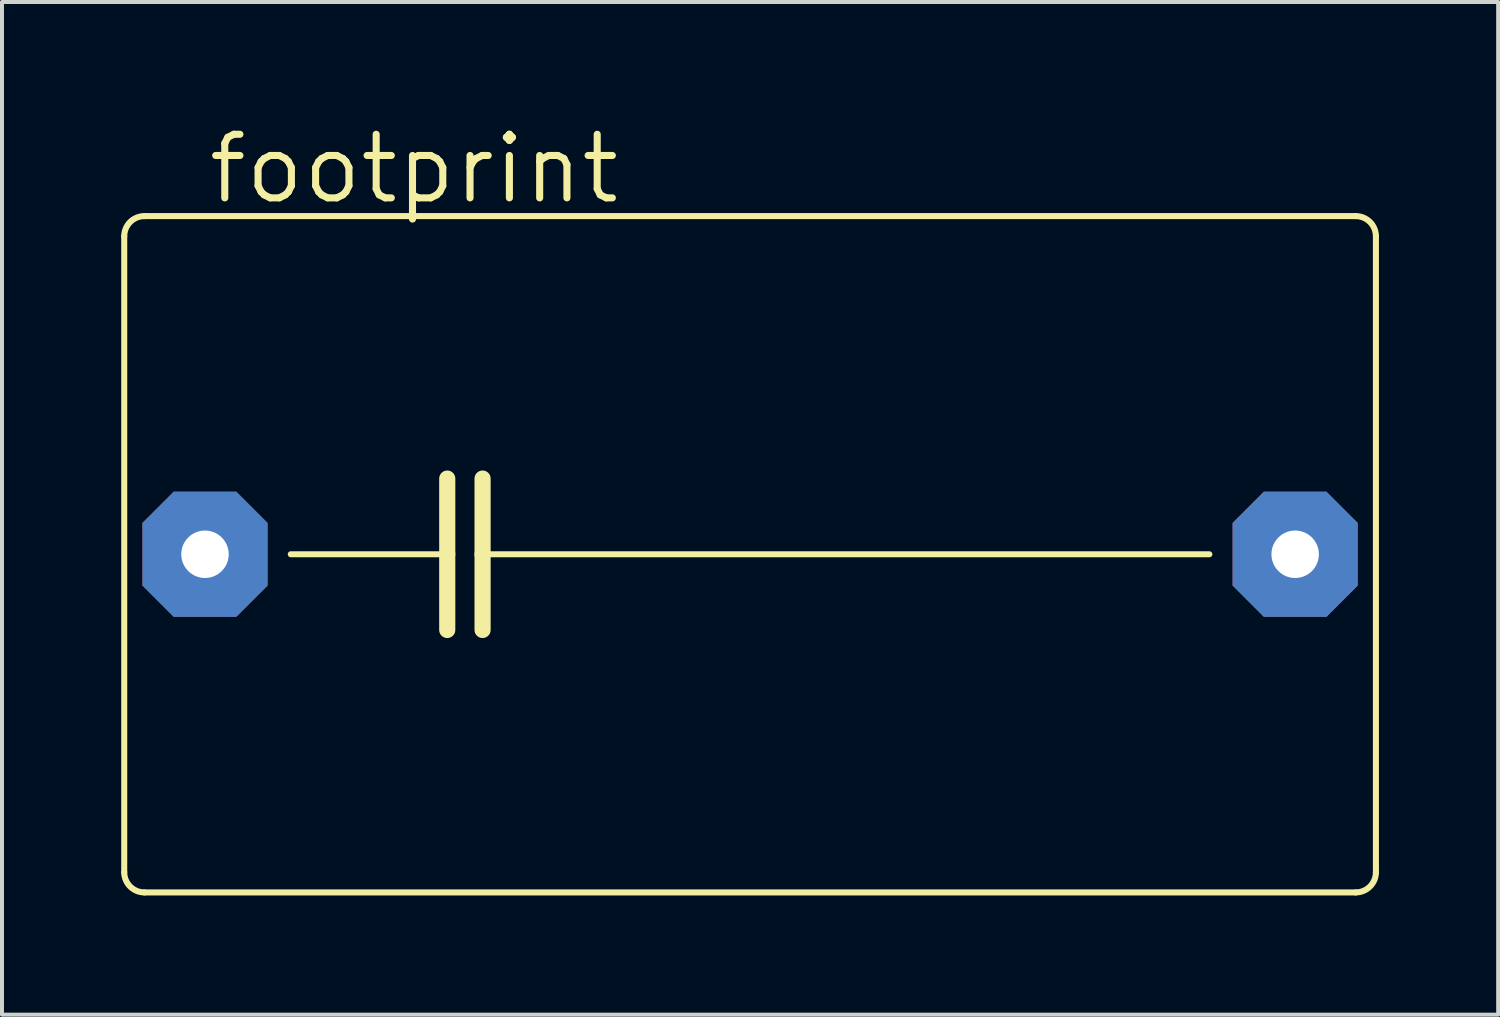
<source format=kicad_pcb>
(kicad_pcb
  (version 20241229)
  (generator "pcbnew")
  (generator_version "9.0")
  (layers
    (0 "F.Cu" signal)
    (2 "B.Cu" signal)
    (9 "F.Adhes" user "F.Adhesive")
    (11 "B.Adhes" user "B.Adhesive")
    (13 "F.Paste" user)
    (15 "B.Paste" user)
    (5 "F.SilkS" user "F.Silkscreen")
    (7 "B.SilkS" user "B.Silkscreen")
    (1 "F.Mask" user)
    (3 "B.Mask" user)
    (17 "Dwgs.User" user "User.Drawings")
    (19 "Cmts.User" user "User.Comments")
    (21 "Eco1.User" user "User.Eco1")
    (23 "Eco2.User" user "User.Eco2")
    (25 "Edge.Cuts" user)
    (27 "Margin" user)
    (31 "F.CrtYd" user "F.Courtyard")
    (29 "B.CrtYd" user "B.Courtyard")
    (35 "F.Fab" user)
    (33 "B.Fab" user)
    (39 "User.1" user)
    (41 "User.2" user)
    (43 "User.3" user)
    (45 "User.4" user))
  (footprint "footprint"
    (layer "F.Cu")
    (at 15.824 10.897)
    (property "Reference" "footprint" (at -13.716 -8.763 0) (layer "F.SilkS") (effects (font (size 1.6 1.6) (thickness 0.178)) (justify left bottom)))
    (fp_line (start -15.748 8.001) (end -15.748 -8.001) (stroke (width 0.152) (type solid)) (layer "F.SilkS"))
    (fp_line (start -15.24 -8.509) (end 15.24 -8.509) (stroke (width 0.152) (type solid)) (layer "F.SilkS"))
    (fp_line (start -11.557 0) (end -7.62 0) (stroke (width 0.152) (type solid)) (layer "F.SilkS"))
    (fp_line (start -7.62 -1.905) (end -7.62 0) (stroke (width 0.406) (type solid)) (layer "F.SilkS"))
    (fp_line (start -7.62 0) (end -7.62 1.905) (stroke (width 0.406) (type solid)) (layer "F.SilkS"))
    (fp_line (start -6.731 -1.905) (end -6.731 0) (stroke (width 0.406) (type solid)) (layer "F.SilkS"))
    (fp_line (start -6.731 0) (end -6.731 1.905) (stroke (width 0.406) (type solid)) (layer "F.SilkS"))
    (fp_line (start -6.731 0) (end 11.557 0) (stroke (width 0.152) (type solid)) (layer "F.SilkS"))
    (fp_line (start 15.24 8.509) (end -15.24 8.509) (stroke (width 0.152) (type solid)) (layer "F.SilkS"))
    (fp_line (start 15.748 -8.001) (end 15.748 8.001) (stroke (width 0.152) (type solid)) (layer "F.SilkS"))
    (fp_arc (start -15.748 -8.001) (mid -15.59921 -8.36021) (end -15.24 -8.509) (stroke (width 0.1524) (type solid)) (layer "F.SilkS"))
    (fp_arc (start -15.24 8.509) (mid -15.59921 8.36021) (end -15.748 8.001) (stroke (width 0.1524) (type solid)) (layer "F.SilkS"))
    (fp_arc (start 15.24 -8.509) (mid 15.59921 -8.36021) (end 15.748 -8.001) (stroke (width 0.1524) (type solid)) (layer "F.SilkS"))
    (fp_arc (start 15.748 8.001) (mid 15.59921 8.36021) (end 15.24 8.509) (stroke (width 0.1524) (type solid)) (layer "F.SilkS"))
    (pad "1" thru_hole roundrect (at -13.716 0) (size 3.15 3.15) (drill 1.194) (layers "*.Cu" "*.Mask") (roundrect_rratio 0.25) (chamfer_ratio 0.25) (chamfer top_left top_right bottom_left bottom_right))
    (pad "2" thru_hole roundrect (at 13.716 0) (size 3.15 3.15) (drill 1.194) (layers "*.Cu" "*.Mask") (roundrect_rratio 0.25) (chamfer_ratio 0.25) (chamfer top_left top_right bottom_left bottom_right)))
  (gr_rect
    (start -3 -3)
    (end 34.648 22.482)
    (stroke (width 0.1) (type default))
    (fill no)
    (layer "Edge.Cuts")))
</source>
